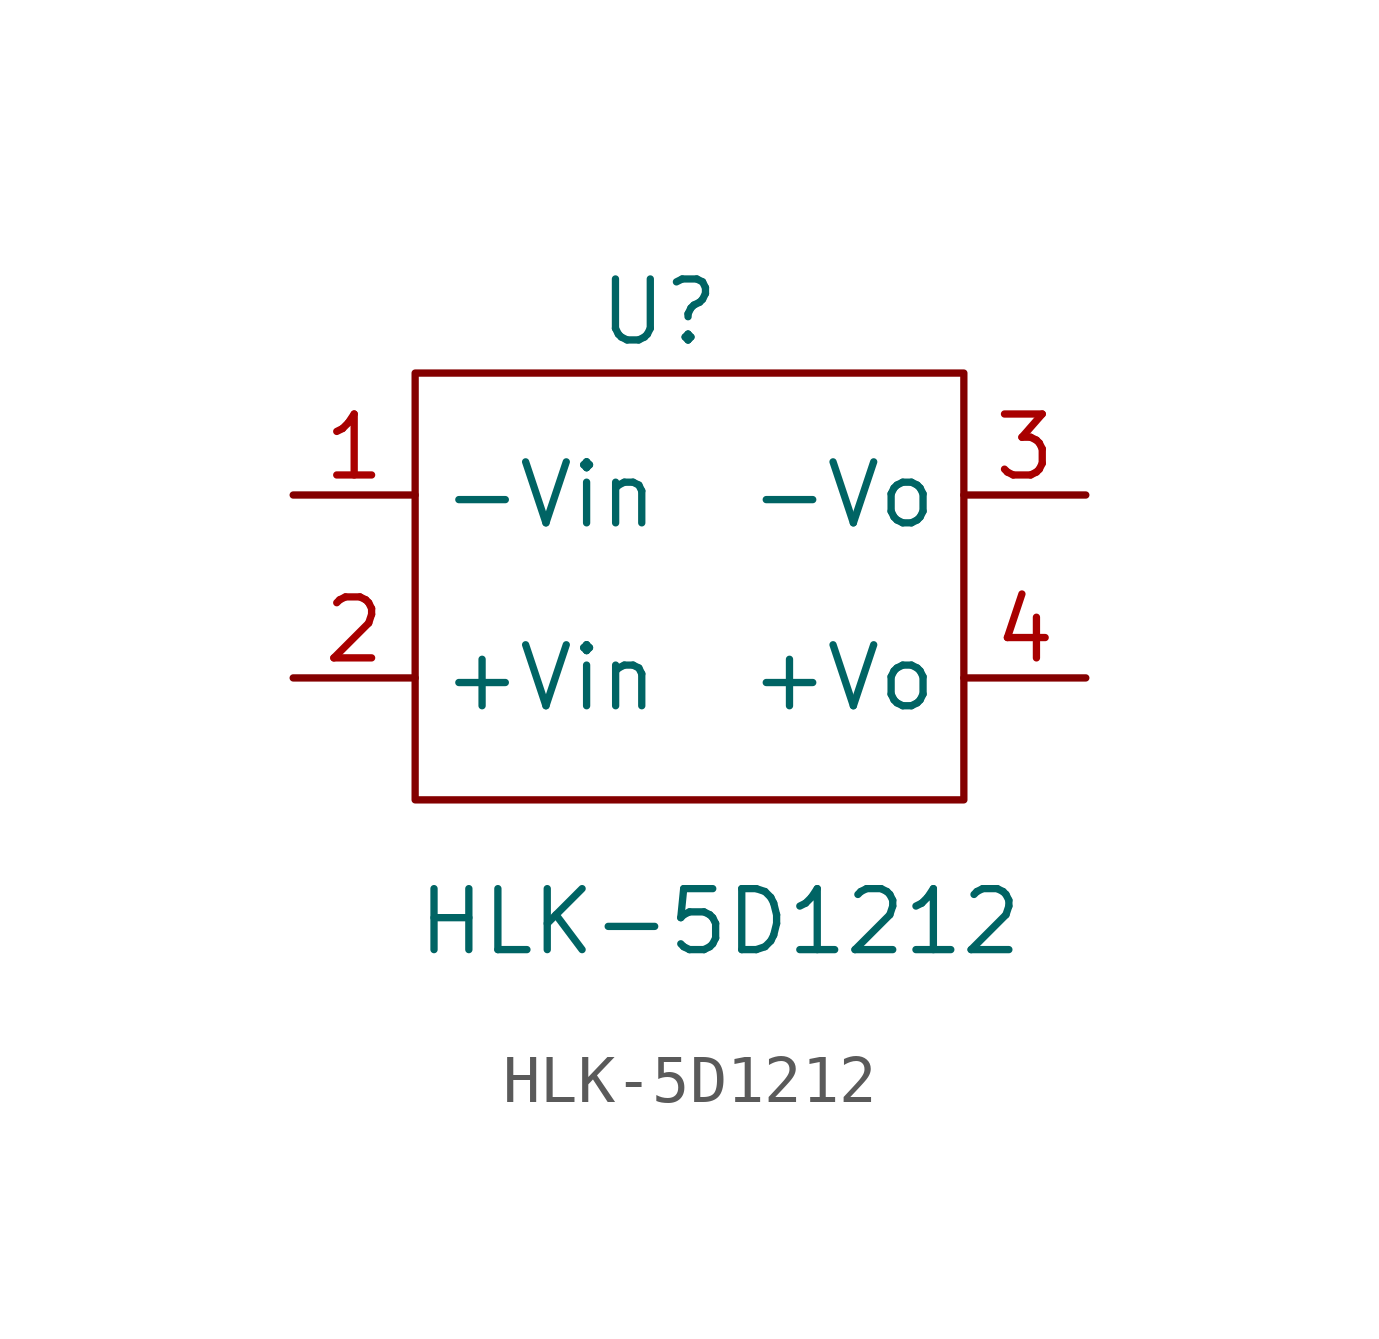
<source format=kicad_sym>
(kicad_symbol_lib
  (version 20211014)
  (generator kicad_symbol_editor)
  (symbol "HLK-5D1212"
    (property "Reference" "U"
      (at -1.27 10.16 0)
      (effects (font (size 1.27 1.27))))
    (property "Value" "HLK-5D1212"
      (at 0 -2.54 0)
      (effects (font (size 1.27 1.27))))
    (symbol "HLK-5D1212_0_1"
      (rectangle (start -6.35 8.89) (end 5.08 0) (stroke (width 0.152) (type default) (color 0 0 0 0)) (fill (type none))))
    (symbol "HLK-5D1212_1_1"
      (pin input line (at -8.89 6.35 0) (length 2.54) (name "-Vin" (effects (font (size 1.27 1.27)))) (number "1" (effects (font (size 1.27 1.27)))))
      (pin input line (at -8.89 2.54 0) (length 2.54) (name "+Vin" (effects (font (size 1.27 1.27)))) (number "2" (effects (font (size 1.27 1.27)))))
      (pin output line (at 7.62 6.35 180) (length 2.54) (name "-Vo" (effects (font (size 1.27 1.27)))) (number "3" (effects (font (size 1.27 1.27)))))
      (pin output line (at 7.62 2.54 180) (length 2.54) (name "+Vo" (effects (font (size 1.27 1.27)))) (number "4" (effects (font (size 1.27 1.27))))))))
</source>
